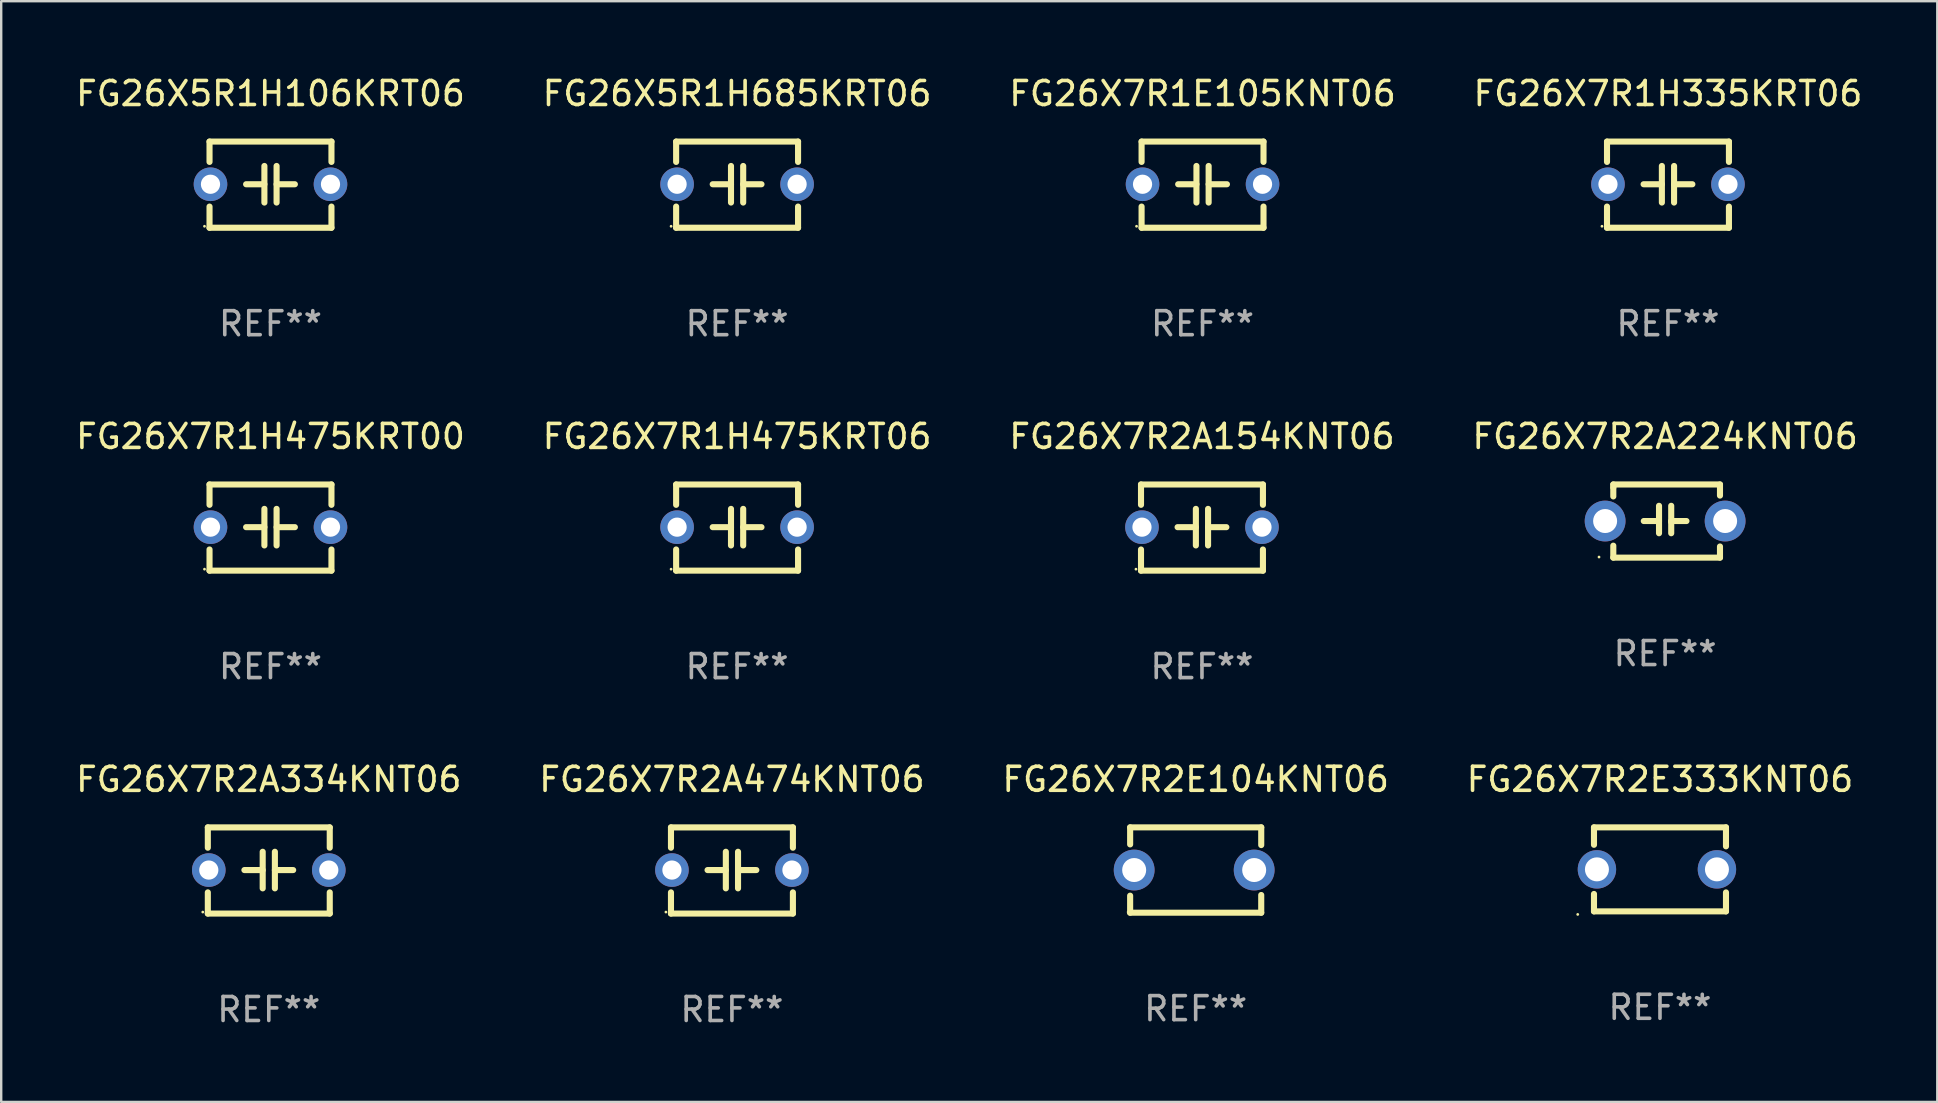
<source format=kicad_pcb>
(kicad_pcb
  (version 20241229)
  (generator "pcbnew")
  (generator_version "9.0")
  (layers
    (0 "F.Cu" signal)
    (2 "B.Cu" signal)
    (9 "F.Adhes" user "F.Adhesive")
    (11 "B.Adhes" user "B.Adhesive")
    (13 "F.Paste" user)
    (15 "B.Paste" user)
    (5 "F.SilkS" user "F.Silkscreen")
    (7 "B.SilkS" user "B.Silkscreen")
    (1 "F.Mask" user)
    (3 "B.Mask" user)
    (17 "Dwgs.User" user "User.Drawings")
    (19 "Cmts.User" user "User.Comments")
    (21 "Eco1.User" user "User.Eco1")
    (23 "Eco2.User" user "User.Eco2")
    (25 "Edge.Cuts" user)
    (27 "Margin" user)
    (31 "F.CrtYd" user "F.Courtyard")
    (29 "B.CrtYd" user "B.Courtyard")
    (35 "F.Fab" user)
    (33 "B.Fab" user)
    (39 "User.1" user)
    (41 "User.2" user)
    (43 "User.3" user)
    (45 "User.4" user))
  (footprint "FG26X7R2E333KNT06"
    (layer "F.Cu")
    (at 66.113 33.172)
    (property "Reference" "FG26X7R2E333KNT06" (at 0 -3.75 0) (layer "F.SilkS") (effects (font (size 1 1) (thickness 0.15))))
    (attr through_hole)
    (fp_line (start -2.75 -1.75) (end -2.75 -1.024) (stroke (width 0.254) (type solid)) (layer "F.SilkS"))
    (fp_line (start -2.75 -1.75) (end 2.75 -1.75) (stroke (width 0.254) (type solid)) (layer "F.SilkS"))
    (fp_line (start -2.75 1.024) (end -2.75 1.75) (stroke (width 0.254) (type solid)) (layer "F.SilkS"))
    (fp_line (start 2.75 -1.75) (end 2.75 -0.96) (stroke (width 0.254) (type solid)) (layer "F.SilkS"))
    (fp_line (start 2.75 0.96) (end 2.75 1.75) (stroke (width 0.254) (type solid)) (layer "F.SilkS"))
    (fp_line (start 2.75 1.75) (end -2.75 1.75) (stroke (width 0.254) (type solid)) (layer "F.SilkS"))
    (fp_circle (center -3.427 1.877) (end -3.397 1.877) (stroke (width 0.06) (type solid)) (fill no) (layer "F.SilkS"))
    (fp_text user "REF**" (at 0 5.75 0) (layer "F.Fab") (effects (font (size 1 1) (thickness 0.15))))
    (pad "1" thru_hole circle (at -2.627 0) (size 1.6 1.6) (drill 1) (layers "*.Cu" "*.Mask"))
    (pad "2" thru_hole circle (at 2.373 0) (size 1.6 1.6) (drill 1) (layers "*.Cu" "*.Mask")))
  (footprint "FG26X7R2E104KNT06"
    (layer "F.Cu")
    (at 46.768 33.2)
    (property "Reference" "FG26X7R2E104KNT06" (at 0 -3.778 0) (layer "F.SilkS") (effects (font (size 1 1) (thickness 0.15))))
    (attr through_hole)
    (fp_line (start -2.731 -1.778) (end -2.731 -1.068) (stroke (width 0.254) (type solid)) (layer "F.SilkS"))
    (fp_line (start -2.731 1.068) (end -2.731 1.778) (stroke (width 0.254) (type solid)) (layer "F.SilkS"))
    (fp_line (start -2.731 1.778) (end 2.731 1.778) (stroke (width 0.254) (type solid)) (layer "F.SilkS"))
    (fp_line (start 2.731 -1.778) (end -2.731 -1.778) (stroke (width 0.254) (type solid)) (layer "F.SilkS"))
    (fp_line (start 2.731 -1.04) (end 2.731 -1.778) (stroke (width 0.254) (type solid)) (layer "F.SilkS"))
    (fp_line (start 2.731 1.778) (end 2.731 1.04) (stroke (width 0.254) (type solid)) (layer "F.SilkS"))
    (fp_circle (center -2.814 1.75) (end -2.784 1.75) (stroke (width 0.06) (type solid)) (fill no) (layer "F.SilkS"))
    (fp_text user "REF**" (at 0 5.778 0) (layer "F.Fab") (effects (font (size 1 1) (thickness 0.15))))
    (pad "1" thru_hole circle (at -2.563 0) (size 1.7 1.7) (drill 1) (layers "*.Cu" "*.Mask"))
    (pad "2" thru_hole circle (at 2.437 0) (size 1.7 1.7) (drill 1) (layers "*.Cu" "*.Mask")))
  (footprint "FG26X7R2A474KNT06"
    (layer "F.Cu")
    (at 27.446 33.218)
    (property "Reference" "FG26X7R2A474KNT06" (at 0 -3.795 0) (layer "F.SilkS") (effects (font (size 1 1) (thickness 0.15))))
    (attr through_hole)
    (fp_line (start -2.54 -1.795) (end 2.54 -1.795) (stroke (width 0.254) (type solid)) (layer "F.SilkS"))
    (fp_line (start -2.54 -0.948) (end -2.54 -1.795) (stroke (width 0.254) (type solid)) (layer "F.SilkS"))
    (fp_line (start -2.54 1.795) (end -2.54 0.913) (stroke (width 0.254) (type solid)) (layer "F.SilkS"))
    (fp_line (start -1.016 -0.017) (end -0.254 -0.017) (stroke (width 0.254) (type solid)) (layer "F.SilkS"))
    (fp_line (start -0.254 0.745) (end -0.254 -0.779) (stroke (width 0.254) (type solid)) (layer "F.SilkS"))
    (fp_line (start 0.254 -0.779) (end 0.254 0.745) (stroke (width 0.254) (type solid)) (layer "F.SilkS"))
    (fp_line (start 1.016 -0.017) (end 0.254 -0.017) (stroke (width 0.254) (type solid)) (layer "F.SilkS"))
    (fp_line (start 2.54 -1.795) (end 2.54 -0.948) (stroke (width 0.254) (type solid)) (layer "F.SilkS"))
    (fp_line (start 2.54 1.795) (end -2.54 1.795) (stroke (width 0.254) (type solid)) (layer "F.SilkS"))
    (fp_line (start 2.54 1.795) (end 2.54 0.913) (stroke (width 0.254) (type solid)) (layer "F.SilkS"))
    (fp_circle (center -2.75 1.733) (end -2.72 1.733) (stroke (width 0.06) (type solid)) (fill no) (layer "F.SilkS"))
    (fp_text user "REF**" (at 0 5.795 0) (layer "F.Fab") (effects (font (size 1 1) (thickness 0.15))))
    (pad "1" thru_hole circle (at -2.5 -0.017) (size 1.4 1.4) (drill 0.8) (layers "*.Cu" "*.Mask"))
    (pad "2" thru_hole circle (at 2.5 -0.017) (size 1.4 1.4) (drill 0.8) (layers "*.Cu" "*.Mask")))
  (footprint "FG26X7R2A154KNT06"
    (layer "F.Cu")
    (at 47.03 18.931)
    (property "Reference" "FG26X7R2A154KNT06" (at 0 -3.795 0) (layer "F.SilkS") (effects (font (size 1 1) (thickness 0.15))))
    (attr through_hole)
    (fp_line (start -2.54 -1.795) (end 2.54 -1.795) (stroke (width 0.254) (type solid)) (layer "F.SilkS"))
    (fp_line (start -2.54 -0.948) (end -2.54 -1.795) (stroke (width 0.254) (type solid)) (layer "F.SilkS"))
    (fp_line (start -2.54 1.795) (end -2.54 0.913) (stroke (width 0.254) (type solid)) (layer "F.SilkS"))
    (fp_line (start -1.016 -0.017) (end -0.254 -0.017) (stroke (width 0.254) (type solid)) (layer "F.SilkS"))
    (fp_line (start -0.254 0.745) (end -0.254 -0.779) (stroke (width 0.254) (type solid)) (layer "F.SilkS"))
    (fp_line (start 0.254 -0.779) (end 0.254 0.745) (stroke (width 0.254) (type solid)) (layer "F.SilkS"))
    (fp_line (start 1.016 -0.017) (end 0.254 -0.017) (stroke (width 0.254) (type solid)) (layer "F.SilkS"))
    (fp_line (start 2.54 -1.795) (end 2.54 -0.948) (stroke (width 0.254) (type solid)) (layer "F.SilkS"))
    (fp_line (start 2.54 1.795) (end -2.54 1.795) (stroke (width 0.254) (type solid)) (layer "F.SilkS"))
    (fp_line (start 2.54 1.795) (end 2.54 0.913) (stroke (width 0.254) (type solid)) (layer "F.SilkS"))
    (fp_circle (center -2.75 1.733) (end -2.72 1.733) (stroke (width 0.06) (type solid)) (fill no) (layer "F.SilkS"))
    (fp_text user "REF**" (at 0 5.795 0) (layer "F.Fab") (effects (font (size 1 1) (thickness 0.15))))
    (pad "1" thru_hole circle (at -2.5 -0.017) (size 1.4 1.4) (drill 0.8) (layers "*.Cu" "*.Mask"))
    (pad "2" thru_hole circle (at 2.5 -0.017) (size 1.4 1.4) (drill 0.8) (layers "*.Cu" "*.Mask")))
  (footprint "FG26X7R1H475KRT06"
    (layer "F.Cu")
    (at 27.661 18.931)
    (property "Reference" "FG26X7R1H475KRT06" (at 0 -3.795 0) (layer "F.SilkS") (effects (font (size 1 1) (thickness 0.15))))
    (attr through_hole)
    (fp_line (start -2.54 -1.795) (end 2.54 -1.795) (stroke (width 0.254) (type solid)) (layer "F.SilkS"))
    (fp_line (start -2.54 -0.948) (end -2.54 -1.795) (stroke (width 0.254) (type solid)) (layer "F.SilkS"))
    (fp_line (start -2.54 1.795) (end -2.54 0.913) (stroke (width 0.254) (type solid)) (layer "F.SilkS"))
    (fp_line (start -1.016 -0.017) (end -0.254 -0.017) (stroke (width 0.254) (type solid)) (layer "F.SilkS"))
    (fp_line (start -0.254 0.745) (end -0.254 -0.779) (stroke (width 0.254) (type solid)) (layer "F.SilkS"))
    (fp_line (start 0.254 -0.779) (end 0.254 0.745) (stroke (width 0.254) (type solid)) (layer "F.SilkS"))
    (fp_line (start 1.016 -0.017) (end 0.254 -0.017) (stroke (width 0.254) (type solid)) (layer "F.SilkS"))
    (fp_line (start 2.54 -1.795) (end 2.54 -0.948) (stroke (width 0.254) (type solid)) (layer "F.SilkS"))
    (fp_line (start 2.54 1.795) (end -2.54 1.795) (stroke (width 0.254) (type solid)) (layer "F.SilkS"))
    (fp_line (start 2.54 1.795) (end 2.54 0.913) (stroke (width 0.254) (type solid)) (layer "F.SilkS"))
    (fp_circle (center -2.75 1.733) (end -2.72 1.733) (stroke (width 0.06) (type solid)) (fill no) (layer "F.SilkS"))
    (fp_text user "REF**" (at 0 5.795 0) (layer "F.Fab") (effects (font (size 1 1) (thickness 0.15))))
    (pad "1" thru_hole circle (at -2.5 -0.017) (size 1.4 1.4) (drill 0.8) (layers "*.Cu" "*.Mask"))
    (pad "2" thru_hole circle (at 2.5 -0.017) (size 1.4 1.4) (drill 0.8) (layers "*.Cu" "*.Mask")))
  (footprint "FG26X7R2A224KNT06"
    (layer "F.Cu")
    (at 66.327 18.659)
    (property "Reference" "FG26X7R2A224KNT06" (at 0 -3.524 0) (layer "F.SilkS") (effects (font (size 1 1) (thickness 0.15))))
    (attr through_hole)
    (fp_line (start -2.159 -1.524) (end 2.286 -1.524) (stroke (width 0.254) (type solid)) (layer "F.SilkS"))
    (fp_line (start -2.159 -1.397) (end -2.159 -1.524) (stroke (width 0.254) (type solid)) (layer "F.SilkS"))
    (fp_line (start -2.159 -1.026) (end -2.159 -1.397) (stroke (width 0.254) (type solid)) (layer "F.SilkS"))
    (fp_line (start -2.159 1.524) (end -2.159 1.026) (stroke (width 0.254) (type solid)) (layer "F.SilkS"))
    (fp_line (start -0.889 0) (end -0.254 0) (stroke (width 0.254) (type solid)) (layer "F.SilkS"))
    (fp_line (start -0.254 0.508) (end -0.254 -0.635) (stroke (width 0.254) (type solid)) (layer "F.SilkS"))
    (fp_line (start 0.254 -0.635) (end 0.254 0.508) (stroke (width 0.254) (type solid)) (layer "F.SilkS"))
    (fp_line (start 0.254 0.04) (end 0.254 0.02) (stroke (width 0.254) (type solid)) (layer "F.SilkS"))
    (fp_line (start 0.889 0) (end 0.254 0) (stroke (width 0.254) (type solid)) (layer "F.SilkS"))
    (fp_line (start 2.286 -1.524) (end 2.286 -1.06) (stroke (width 0.254) (type solid)) (layer "F.SilkS"))
    (fp_line (start 2.286 1.06) (end 2.286 1.524) (stroke (width 0.254) (type solid)) (layer "F.SilkS"))
    (fp_line (start 2.286 1.524) (end -2.159 1.524) (stroke (width 0.254) (type solid)) (layer "F.SilkS"))
    (fp_circle (center -2.754 1.5) (end -2.724 1.5) (stroke (width 0.06) (type solid)) (fill no) (layer "F.SilkS"))
    (fp_text user "REF**" (at 0 5.524 0) (layer "F.Fab") (effects (font (size 1 1) (thickness 0.15))))
    (pad "1" thru_hole circle (at -2.5 0) (size 1.7 1.7) (drill 1) (layers "*.Cu" "*.Mask"))
    (pad "2" thru_hole circle (at 2.5 0) (size 1.7 1.7) (drill 1) (layers "*.Cu" "*.Mask")))
  (footprint "FG26X5R1H685KRT06"
    (layer "F.Cu")
    (at 27.661 4.644)
    (property "Reference" "FG26X5R1H685KRT06" (at 0 -3.795 0) (layer "F.SilkS") (effects (font (size 1 1) (thickness 0.15))))
    (attr through_hole)
    (fp_line (start -2.54 -1.795) (end 2.54 -1.795) (stroke (width 0.254) (type solid)) (layer "F.SilkS"))
    (fp_line (start -2.54 -0.948) (end -2.54 -1.795) (stroke (width 0.254) (type solid)) (layer "F.SilkS"))
    (fp_line (start -2.54 1.795) (end -2.54 0.913) (stroke (width 0.254) (type solid)) (layer "F.SilkS"))
    (fp_line (start -1.016 -0.017) (end -0.254 -0.017) (stroke (width 0.254) (type solid)) (layer "F.SilkS"))
    (fp_line (start -0.254 0.745) (end -0.254 -0.779) (stroke (width 0.254) (type solid)) (layer "F.SilkS"))
    (fp_line (start 0.254 -0.779) (end 0.254 0.745) (stroke (width 0.254) (type solid)) (layer "F.SilkS"))
    (fp_line (start 1.016 -0.017) (end 0.254 -0.017) (stroke (width 0.254) (type solid)) (layer "F.SilkS"))
    (fp_line (start 2.54 -1.795) (end 2.54 -0.948) (stroke (width 0.254) (type solid)) (layer "F.SilkS"))
    (fp_line (start 2.54 1.795) (end -2.54 1.795) (stroke (width 0.254) (type solid)) (layer "F.SilkS"))
    (fp_line (start 2.54 1.795) (end 2.54 0.913) (stroke (width 0.254) (type solid)) (layer "F.SilkS"))
    (fp_circle (center -2.75 1.733) (end -2.72 1.733) (stroke (width 0.06) (type solid)) (fill no) (layer "F.SilkS"))
    (fp_text user "REF**" (at 0 5.795 0) (layer "F.Fab") (effects (font (size 1 1) (thickness 0.15))))
    (pad "1" thru_hole circle (at -2.5 -0.017) (size 1.4 1.4) (drill 0.8) (layers "*.Cu" "*.Mask"))
    (pad "2" thru_hole circle (at 2.5 -0.017) (size 1.4 1.4) (drill 0.8) (layers "*.Cu" "*.Mask")))
  (footprint "FG26X7R1H475KRT00"
    (layer "F.Cu")
    (at 8.22 18.931)
    (property "Reference" "FG26X7R1H475KRT00" (at 0 -3.795 0) (layer "F.SilkS") (effects (font (size 1 1) (thickness 0.15))))
    (attr through_hole)
    (fp_line (start -2.54 -1.795) (end 2.54 -1.795) (stroke (width 0.254) (type solid)) (layer "F.SilkS"))
    (fp_line (start -2.54 -0.948) (end -2.54 -1.795) (stroke (width 0.254) (type solid)) (layer "F.SilkS"))
    (fp_line (start -2.54 1.795) (end -2.54 0.913) (stroke (width 0.254) (type solid)) (layer "F.SilkS"))
    (fp_line (start -1.016 -0.017) (end -0.254 -0.017) (stroke (width 0.254) (type solid)) (layer "F.SilkS"))
    (fp_line (start -0.254 0.745) (end -0.254 -0.779) (stroke (width 0.254) (type solid)) (layer "F.SilkS"))
    (fp_line (start 0.254 -0.779) (end 0.254 0.745) (stroke (width 0.254) (type solid)) (layer "F.SilkS"))
    (fp_line (start 1.016 -0.017) (end 0.254 -0.017) (stroke (width 0.254) (type solid)) (layer "F.SilkS"))
    (fp_line (start 2.54 -1.795) (end 2.54 -0.948) (stroke (width 0.254) (type solid)) (layer "F.SilkS"))
    (fp_line (start 2.54 1.795) (end -2.54 1.795) (stroke (width 0.254) (type solid)) (layer "F.SilkS"))
    (fp_line (start 2.54 1.795) (end 2.54 0.913) (stroke (width 0.254) (type solid)) (layer "F.SilkS"))
    (fp_circle (center -2.75 1.733) (end -2.72 1.733) (stroke (width 0.06) (type solid)) (fill no) (layer "F.SilkS"))
    (fp_text user "REF**" (at 0 5.795 0) (layer "F.Fab") (effects (font (size 1 1) (thickness 0.15))))
    (pad "1" thru_hole circle (at -2.5 -0.017) (size 1.4 1.4) (drill 0.8) (layers "*.Cu" "*.Mask"))
    (pad "2" thru_hole circle (at 2.5 -0.017) (size 1.4 1.4) (drill 0.8) (layers "*.Cu" "*.Mask")))
  (footprint "FG26X7R1H335KRT06"
    (layer "F.Cu")
    (at 66.446 4.644)
    (property "Reference" "FG26X7R1H335KRT06" (at 0 -3.795 0) (layer "F.SilkS") (effects (font (size 1 1) (thickness 0.15))))
    (attr through_hole)
    (fp_line (start -2.54 -1.795) (end 2.54 -1.795) (stroke (width 0.254) (type solid)) (layer "F.SilkS"))
    (fp_line (start -2.54 -0.948) (end -2.54 -1.795) (stroke (width 0.254) (type solid)) (layer "F.SilkS"))
    (fp_line (start -2.54 1.795) (end -2.54 0.913) (stroke (width 0.254) (type solid)) (layer "F.SilkS"))
    (fp_line (start -1.016 -0.017) (end -0.254 -0.017) (stroke (width 0.254) (type solid)) (layer "F.SilkS"))
    (fp_line (start -0.254 0.745) (end -0.254 -0.779) (stroke (width 0.254) (type solid)) (layer "F.SilkS"))
    (fp_line (start 0.254 -0.779) (end 0.254 0.745) (stroke (width 0.254) (type solid)) (layer "F.SilkS"))
    (fp_line (start 1.016 -0.017) (end 0.254 -0.017) (stroke (width 0.254) (type solid)) (layer "F.SilkS"))
    (fp_line (start 2.54 -1.795) (end 2.54 -0.948) (stroke (width 0.254) (type solid)) (layer "F.SilkS"))
    (fp_line (start 2.54 1.795) (end -2.54 1.795) (stroke (width 0.254) (type solid)) (layer "F.SilkS"))
    (fp_line (start 2.54 1.795) (end 2.54 0.913) (stroke (width 0.254) (type solid)) (layer "F.SilkS"))
    (fp_circle (center -2.75 1.733) (end -2.72 1.733) (stroke (width 0.06) (type solid)) (fill no) (layer "F.SilkS"))
    (fp_text user "REF**" (at 0 5.795 0) (layer "F.Fab") (effects (font (size 1 1) (thickness 0.15))))
    (pad "1" thru_hole circle (at -2.5 -0.017) (size 1.4 1.4) (drill 0.8) (layers "*.Cu" "*.Mask"))
    (pad "2" thru_hole circle (at 2.5 -0.017) (size 1.4 1.4) (drill 0.8) (layers "*.Cu" "*.Mask")))
  (footprint "FG26X5R1H106KRT06"
    (layer "F.Cu")
    (at 8.22 4.644)
    (property "Reference" "FG26X5R1H106KRT06" (at 0 -3.795 0) (layer "F.SilkS") (effects (font (size 1 1) (thickness 0.15))))
    (attr through_hole)
    (fp_line (start -2.54 -1.795) (end 2.54 -1.795) (stroke (width 0.254) (type solid)) (layer "F.SilkS"))
    (fp_line (start -2.54 -0.948) (end -2.54 -1.795) (stroke (width 0.254) (type solid)) (layer "F.SilkS"))
    (fp_line (start -2.54 1.795) (end -2.54 0.913) (stroke (width 0.254) (type solid)) (layer "F.SilkS"))
    (fp_line (start -1.016 -0.017) (end -0.254 -0.017) (stroke (width 0.254) (type solid)) (layer "F.SilkS"))
    (fp_line (start -0.254 0.745) (end -0.254 -0.779) (stroke (width 0.254) (type solid)) (layer "F.SilkS"))
    (fp_line (start 0.254 -0.779) (end 0.254 0.745) (stroke (width 0.254) (type solid)) (layer "F.SilkS"))
    (fp_line (start 1.016 -0.017) (end 0.254 -0.017) (stroke (width 0.254) (type solid)) (layer "F.SilkS"))
    (fp_line (start 2.54 -1.795) (end 2.54 -0.948) (stroke (width 0.254) (type solid)) (layer "F.SilkS"))
    (fp_line (start 2.54 1.795) (end -2.54 1.795) (stroke (width 0.254) (type solid)) (layer "F.SilkS"))
    (fp_line (start 2.54 1.795) (end 2.54 0.913) (stroke (width 0.254) (type solid)) (layer "F.SilkS"))
    (fp_circle (center -2.75 1.733) (end -2.72 1.733) (stroke (width 0.06) (type solid)) (fill no) (layer "F.SilkS"))
    (fp_text user "REF**" (at 0 5.795 0) (layer "F.Fab") (effects (font (size 1 1) (thickness 0.15))))
    (pad "1" thru_hole circle (at -2.5 -0.017) (size 1.4 1.4) (drill 0.8) (layers "*.Cu" "*.Mask"))
    (pad "2" thru_hole circle (at 2.5 -0.017) (size 1.4 1.4) (drill 0.8) (layers "*.Cu" "*.Mask")))
  (footprint "FG26X7R1E105KNT06"
    (layer "F.Cu")
    (at 47.054 4.644)
    (property "Reference" "FG26X7R1E105KNT06" (at 0 -3.795 0) (layer "F.SilkS") (effects (font (size 1 1) (thickness 0.15))))
    (attr through_hole)
    (fp_line (start -2.54 -1.795) (end 2.54 -1.795) (stroke (width 0.254) (type solid)) (layer "F.SilkS"))
    (fp_line (start -2.54 -0.948) (end -2.54 -1.795) (stroke (width 0.254) (type solid)) (layer "F.SilkS"))
    (fp_line (start -2.54 1.795) (end -2.54 0.913) (stroke (width 0.254) (type solid)) (layer "F.SilkS"))
    (fp_line (start -1.016 -0.017) (end -0.254 -0.017) (stroke (width 0.254) (type solid)) (layer "F.SilkS"))
    (fp_line (start -0.254 0.745) (end -0.254 -0.779) (stroke (width 0.254) (type solid)) (layer "F.SilkS"))
    (fp_line (start 0.254 -0.779) (end 0.254 0.745) (stroke (width 0.254) (type solid)) (layer "F.SilkS"))
    (fp_line (start 1.016 -0.017) (end 0.254 -0.017) (stroke (width 0.254) (type solid)) (layer "F.SilkS"))
    (fp_line (start 2.54 -1.795) (end 2.54 -0.948) (stroke (width 0.254) (type solid)) (layer "F.SilkS"))
    (fp_line (start 2.54 1.795) (end -2.54 1.795) (stroke (width 0.254) (type solid)) (layer "F.SilkS"))
    (fp_line (start 2.54 1.795) (end 2.54 0.913) (stroke (width 0.254) (type solid)) (layer "F.SilkS"))
    (fp_circle (center -2.75 1.733) (end -2.72 1.733) (stroke (width 0.06) (type solid)) (fill no) (layer "F.SilkS"))
    (fp_text user "REF**" (at 0 5.795 0) (layer "F.Fab") (effects (font (size 1 1) (thickness 0.15))))
    (pad "1" thru_hole circle (at -2.5 -0.017) (size 1.4 1.4) (drill 0.8) (layers "*.Cu" "*.Mask"))
    (pad "2" thru_hole circle (at 2.5 -0.017) (size 1.4 1.4) (drill 0.8) (layers "*.Cu" "*.Mask")))
  (footprint "FG26X7R2A334KNT06"
    (layer "F.Cu")
    (at 8.149 33.218)
    (property "Reference" "FG26X7R2A334KNT06" (at 0 -3.795 0) (layer "F.SilkS") (effects (font (size 1 1) (thickness 0.15))))
    (attr through_hole)
    (fp_line (start -2.54 -1.795) (end 2.54 -1.795) (stroke (width 0.254) (type solid)) (layer "F.SilkS"))
    (fp_line (start -2.54 -0.948) (end -2.54 -1.795) (stroke (width 0.254) (type solid)) (layer "F.SilkS"))
    (fp_line (start -2.54 1.795) (end -2.54 0.913) (stroke (width 0.254) (type solid)) (layer "F.SilkS"))
    (fp_line (start -1.016 -0.017) (end -0.254 -0.017) (stroke (width 0.254) (type solid)) (layer "F.SilkS"))
    (fp_line (start -0.254 0.745) (end -0.254 -0.779) (stroke (width 0.254) (type solid)) (layer "F.SilkS"))
    (fp_line (start 0.254 -0.779) (end 0.254 0.745) (stroke (width 0.254) (type solid)) (layer "F.SilkS"))
    (fp_line (start 1.016 -0.017) (end 0.254 -0.017) (stroke (width 0.254) (type solid)) (layer "F.SilkS"))
    (fp_line (start 2.54 -1.795) (end 2.54 -0.948) (stroke (width 0.254) (type solid)) (layer "F.SilkS"))
    (fp_line (start 2.54 1.795) (end -2.54 1.795) (stroke (width 0.254) (type solid)) (layer "F.SilkS"))
    (fp_line (start 2.54 1.795) (end 2.54 0.913) (stroke (width 0.254) (type solid)) (layer "F.SilkS"))
    (fp_circle (center -2.75 1.733) (end -2.72 1.733) (stroke (width 0.06) (type solid)) (fill no) (layer "F.SilkS"))
    (fp_text user "REF**" (at 0 5.795 0) (layer "F.Fab") (effects (font (size 1 1) (thickness 0.15))))
    (pad "1" thru_hole circle (at -2.5 -0.017) (size 1.4 1.4) (drill 0.8) (layers "*.Cu" "*.Mask"))
    (pad "2" thru_hole circle (at 2.5 -0.017) (size 1.4 1.4) (drill 0.8) (layers "*.Cu" "*.Mask")))
  (gr_rect
    (start -3 -3)
    (end 77.667 42.861)
    (stroke (width 0.1) (type default))
    (fill no)
    (layer "Edge.Cuts")))
</source>
